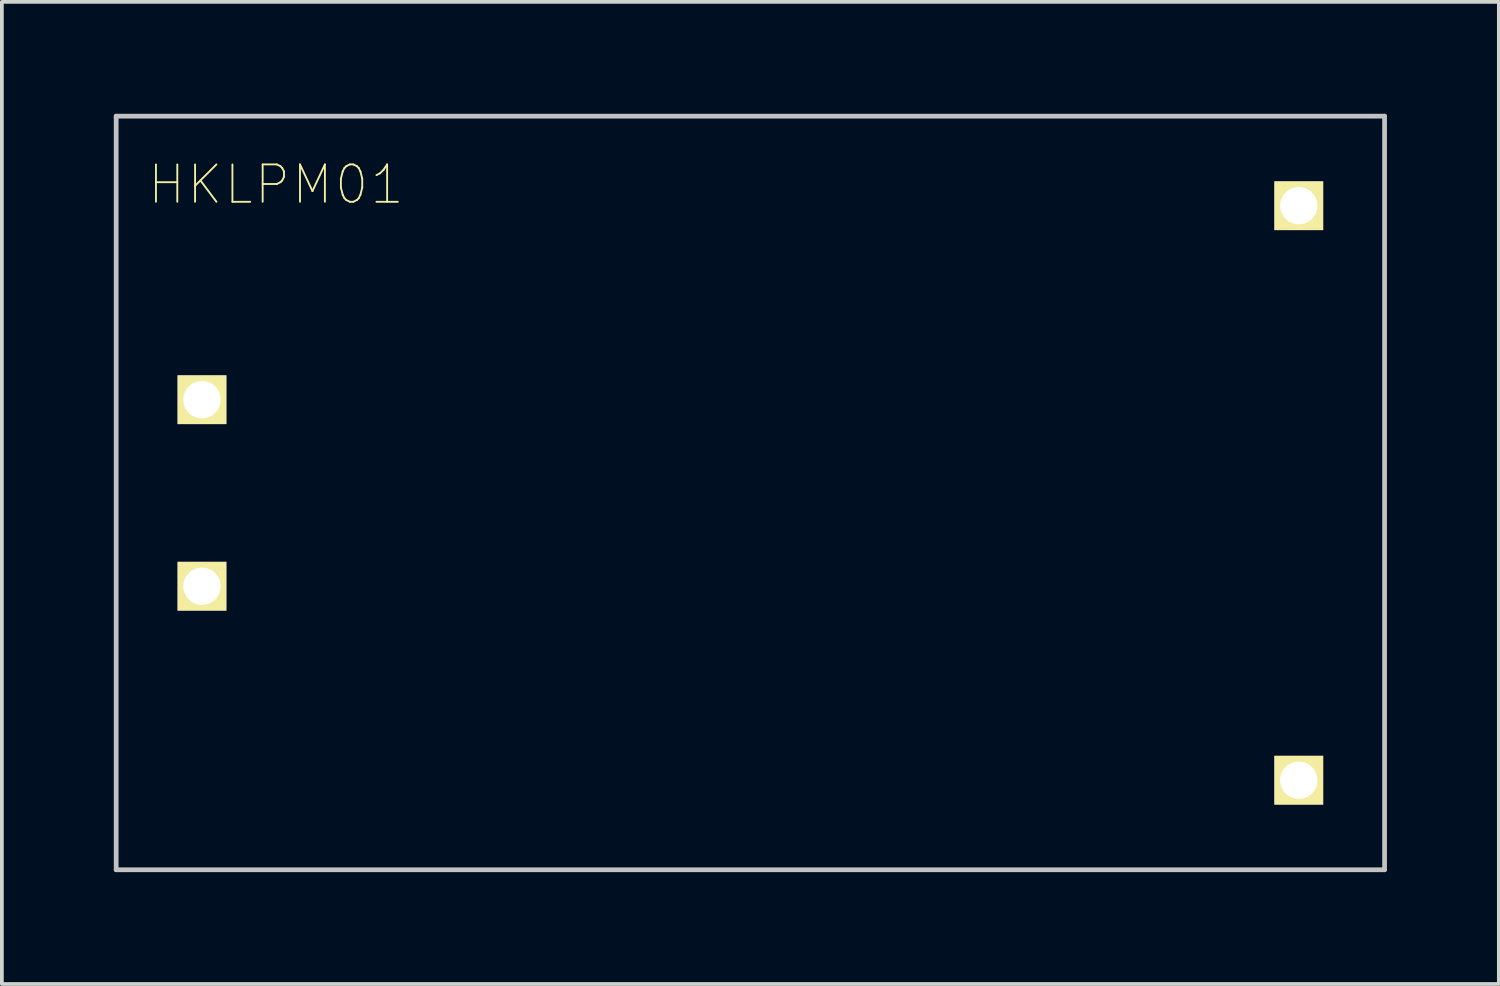
<source format=kicad_pcb>
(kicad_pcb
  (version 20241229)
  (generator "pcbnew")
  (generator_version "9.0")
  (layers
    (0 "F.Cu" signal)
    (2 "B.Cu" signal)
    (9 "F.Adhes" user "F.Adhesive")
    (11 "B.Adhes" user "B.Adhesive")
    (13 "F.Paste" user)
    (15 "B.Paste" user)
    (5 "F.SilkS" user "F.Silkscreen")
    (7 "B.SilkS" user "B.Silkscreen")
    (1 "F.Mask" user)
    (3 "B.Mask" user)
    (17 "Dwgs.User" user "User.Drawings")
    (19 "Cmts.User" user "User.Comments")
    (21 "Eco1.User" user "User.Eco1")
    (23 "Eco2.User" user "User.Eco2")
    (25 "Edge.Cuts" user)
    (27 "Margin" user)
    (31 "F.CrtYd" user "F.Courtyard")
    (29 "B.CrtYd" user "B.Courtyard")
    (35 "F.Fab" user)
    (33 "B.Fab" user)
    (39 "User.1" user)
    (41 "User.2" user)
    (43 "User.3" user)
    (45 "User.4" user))
  (footprint "HKLPM01"
    (layer "F.Cu")
    (at 17.064 10.164)
    (property "Reference" "HKLPM01" (at -12.716 -8.266 0) (layer "F.SilkS") (effects (font (size 1.001 1.001) (thickness 0.05))))
    (attr through_hole)
    (fp_line (start -17 -10.1) (end 17 -10.1) (stroke (width 0.127) (type solid)) (layer "Dwgs.User"))
    (fp_line (start -17 10.1) (end -17 -10.1) (stroke (width 0.127) (type solid)) (layer "Dwgs.User"))
    (fp_line (start 17 -10.1) (end 17 10.1) (stroke (width 0.127) (type solid)) (layer "Dwgs.User"))
    (fp_line (start 17 10.1) (end -17 10.1) (stroke (width 0.127) (type solid)) (layer "Dwgs.User"))
    (pad "P$1" thru_hole rect (at -14.7 -2.5) (size 1.308 1.308) (drill 1) (layers "*.Cu" "*.Mask" "F.SilkS"))
    (pad "P$2" thru_hole rect (at -14.7 2.5) (size 1.308 1.308) (drill 1) (layers "*.Cu" "*.Mask" "F.SilkS"))
    (pad "P$3" thru_hole rect (at 14.7 -7.7) (size 1.308 1.308) (drill 1) (layers "*.Cu" "*.Mask" "F.SilkS"))
    (pad "P$4" thru_hole rect (at 14.7 7.7) (size 1.308 1.308) (drill 1) (layers "*.Cu" "*.Mask" "F.SilkS")))
  (gr_rect
    (start -3 -3)
    (end 37.127 23.327)
    (stroke (width 0.1) (type default))
    (fill no)
    (layer "Edge.Cuts")))
</source>
